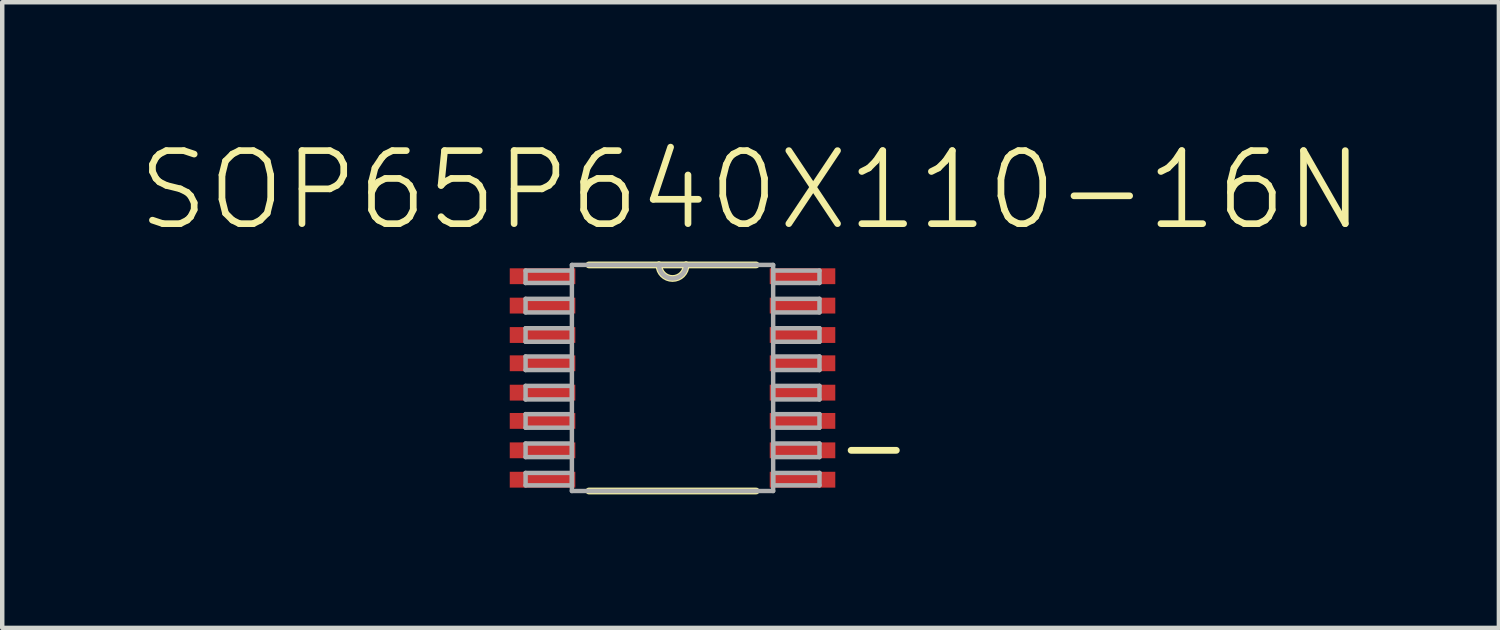
<source format=kicad_pcb>
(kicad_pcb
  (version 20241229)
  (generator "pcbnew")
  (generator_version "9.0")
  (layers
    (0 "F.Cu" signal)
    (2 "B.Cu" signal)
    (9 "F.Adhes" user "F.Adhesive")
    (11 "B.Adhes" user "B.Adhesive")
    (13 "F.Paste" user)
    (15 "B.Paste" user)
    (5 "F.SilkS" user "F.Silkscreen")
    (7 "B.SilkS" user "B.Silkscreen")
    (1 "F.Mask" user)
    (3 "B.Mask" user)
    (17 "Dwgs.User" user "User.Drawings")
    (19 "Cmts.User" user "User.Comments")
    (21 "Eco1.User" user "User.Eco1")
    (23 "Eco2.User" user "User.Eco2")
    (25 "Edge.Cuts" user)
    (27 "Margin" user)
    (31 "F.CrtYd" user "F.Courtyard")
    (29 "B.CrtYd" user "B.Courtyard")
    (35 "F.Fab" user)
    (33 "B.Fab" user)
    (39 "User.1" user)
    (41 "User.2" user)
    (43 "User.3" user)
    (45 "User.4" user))
  (footprint "SOP65P640X110-16N"
    (layer "F.Cu")
    (at 12.062 5.443)
    (property "Reference" "SOP65P640X110-16N" (at 1.754 -4.219 0) (layer "F.SilkS") (effects (font (size 1.641 1.641) (thickness 0.15))))
    (attr through_hole)
    (fp_line (start -1.88 2.54) (end 1.88 2.54) (stroke (width 0.152) (type solid)) (layer "F.SilkS"))
    (fp_line (start -0.305 -2.54) (end -1.88 -2.54) (stroke (width 0.152) (type solid)) (layer "F.SilkS"))
    (fp_line (start 0.305 -2.54) (end -0.305 -2.54) (stroke (width 0.152) (type solid)) (layer "F.SilkS"))
    (fp_line (start 1.88 -2.54) (end 0.305 -2.54) (stroke (width 0.152) (type solid)) (layer "F.SilkS"))
    (fp_line (start 5.029 1.626) (end 4.013 1.626) (stroke (width 0.152) (type solid)) (layer "F.SilkS"))
    (fp_arc (start 0.3048 -2.54) (mid 0 -2.2352) (end -0.3048 -2.54) (stroke (width 0.1524) (type solid)) (layer "F.SilkS"))
    (fp_line (start -3.302 -2.413) (end -3.302 -2.134) (stroke (width 0.1) (type solid)) (layer "F.Fab"))
    (fp_line (start -3.302 -2.134) (end -2.261 -2.134) (stroke (width 0.1) (type solid)) (layer "F.Fab"))
    (fp_line (start -3.302 -1.778) (end -3.302 -1.473) (stroke (width 0.1) (type solid)) (layer "F.Fab"))
    (fp_line (start -3.302 -1.473) (end -2.261 -1.473) (stroke (width 0.1) (type solid)) (layer "F.Fab"))
    (fp_line (start -3.302 -1.118) (end -3.302 -0.813) (stroke (width 0.1) (type solid)) (layer "F.Fab"))
    (fp_line (start -3.302 -0.813) (end -2.261 -0.813) (stroke (width 0.1) (type solid)) (layer "F.Fab"))
    (fp_line (start -3.302 -0.483) (end -3.302 -0.178) (stroke (width 0.1) (type solid)) (layer "F.Fab"))
    (fp_line (start -3.302 -0.178) (end -2.261 -0.178) (stroke (width 0.1) (type solid)) (layer "F.Fab"))
    (fp_line (start -3.302 0.178) (end -3.302 0.483) (stroke (width 0.1) (type solid)) (layer "F.Fab"))
    (fp_line (start -3.302 0.483) (end -2.261 0.483) (stroke (width 0.1) (type solid)) (layer "F.Fab"))
    (fp_line (start -3.302 0.813) (end -3.302 1.118) (stroke (width 0.1) (type solid)) (layer "F.Fab"))
    (fp_line (start -3.302 1.118) (end -2.261 1.118) (stroke (width 0.1) (type solid)) (layer "F.Fab"))
    (fp_line (start -3.302 1.473) (end -3.302 1.778) (stroke (width 0.1) (type solid)) (layer "F.Fab"))
    (fp_line (start -3.302 1.778) (end -2.261 1.778) (stroke (width 0.1) (type solid)) (layer "F.Fab"))
    (fp_line (start -3.302 2.134) (end -3.302 2.413) (stroke (width 0.1) (type solid)) (layer "F.Fab"))
    (fp_line (start -3.302 2.413) (end -2.261 2.413) (stroke (width 0.1) (type solid)) (layer "F.Fab"))
    (fp_line (start -2.261 -2.54) (end -2.261 2.54) (stroke (width 0.1) (type solid)) (layer "F.Fab"))
    (fp_line (start -2.261 -2.413) (end -3.302 -2.413) (stroke (width 0.1) (type solid)) (layer "F.Fab"))
    (fp_line (start -2.261 -2.134) (end -2.261 -2.413) (stroke (width 0.1) (type solid)) (layer "F.Fab"))
    (fp_line (start -2.261 -1.778) (end -3.302 -1.778) (stroke (width 0.1) (type solid)) (layer "F.Fab"))
    (fp_line (start -2.261 -1.473) (end -2.261 -1.778) (stroke (width 0.1) (type solid)) (layer "F.Fab"))
    (fp_line (start -2.261 -1.118) (end -3.302 -1.118) (stroke (width 0.1) (type solid)) (layer "F.Fab"))
    (fp_line (start -2.261 -0.813) (end -2.261 -1.118) (stroke (width 0.1) (type solid)) (layer "F.Fab"))
    (fp_line (start -2.261 -0.483) (end -3.302 -0.483) (stroke (width 0.1) (type solid)) (layer "F.Fab"))
    (fp_line (start -2.261 -0.178) (end -2.261 -0.483) (stroke (width 0.1) (type solid)) (layer "F.Fab"))
    (fp_line (start -2.261 0.178) (end -3.302 0.178) (stroke (width 0.1) (type solid)) (layer "F.Fab"))
    (fp_line (start -2.261 0.483) (end -2.261 0.178) (stroke (width 0.1) (type solid)) (layer "F.Fab"))
    (fp_line (start -2.261 0.813) (end -3.302 0.813) (stroke (width 0.1) (type solid)) (layer "F.Fab"))
    (fp_line (start -2.261 1.118) (end -2.261 0.813) (stroke (width 0.1) (type solid)) (layer "F.Fab"))
    (fp_line (start -2.261 1.473) (end -3.302 1.473) (stroke (width 0.1) (type solid)) (layer "F.Fab"))
    (fp_line (start -2.261 1.778) (end -2.261 1.473) (stroke (width 0.1) (type solid)) (layer "F.Fab"))
    (fp_line (start -2.261 2.134) (end -3.302 2.134) (stroke (width 0.1) (type solid)) (layer "F.Fab"))
    (fp_line (start -2.261 2.413) (end -2.261 2.134) (stroke (width 0.1) (type solid)) (layer "F.Fab"))
    (fp_line (start -2.261 2.54) (end 2.261 2.54) (stroke (width 0.1) (type solid)) (layer "F.Fab"))
    (fp_line (start -0.305 -2.54) (end -2.261 -2.54) (stroke (width 0.1) (type solid)) (layer "F.Fab"))
    (fp_line (start 0.305 -2.54) (end -0.305 -2.54) (stroke (width 0.1) (type solid)) (layer "F.Fab"))
    (fp_line (start 2.261 -2.54) (end 0.305 -2.54) (stroke (width 0.1) (type solid)) (layer "F.Fab"))
    (fp_line (start 2.261 -2.413) (end 2.261 -2.134) (stroke (width 0.1) (type solid)) (layer "F.Fab"))
    (fp_line (start 2.261 -2.134) (end 3.302 -2.134) (stroke (width 0.1) (type solid)) (layer "F.Fab"))
    (fp_line (start 2.261 -1.778) (end 2.261 -1.473) (stroke (width 0.1) (type solid)) (layer "F.Fab"))
    (fp_line (start 2.261 -1.473) (end 3.302 -1.473) (stroke (width 0.1) (type solid)) (layer "F.Fab"))
    (fp_line (start 2.261 -1.118) (end 2.261 -0.813) (stroke (width 0.1) (type solid)) (layer "F.Fab"))
    (fp_line (start 2.261 -0.813) (end 3.302 -0.813) (stroke (width 0.1) (type solid)) (layer "F.Fab"))
    (fp_line (start 2.261 -0.483) (end 2.261 -0.178) (stroke (width 0.1) (type solid)) (layer "F.Fab"))
    (fp_line (start 2.261 -0.178) (end 3.302 -0.178) (stroke (width 0.1) (type solid)) (layer "F.Fab"))
    (fp_line (start 2.261 0.178) (end 2.261 0.483) (stroke (width 0.1) (type solid)) (layer "F.Fab"))
    (fp_line (start 2.261 0.483) (end 3.302 0.483) (stroke (width 0.1) (type solid)) (layer "F.Fab"))
    (fp_line (start 2.261 0.813) (end 2.261 1.118) (stroke (width 0.1) (type solid)) (layer "F.Fab"))
    (fp_line (start 2.261 1.118) (end 3.302 1.118) (stroke (width 0.1) (type solid)) (layer "F.Fab"))
    (fp_line (start 2.261 1.473) (end 2.261 1.778) (stroke (width 0.1) (type solid)) (layer "F.Fab"))
    (fp_line (start 2.261 1.778) (end 3.302 1.778) (stroke (width 0.1) (type solid)) (layer "F.Fab"))
    (fp_line (start 2.261 2.134) (end 2.261 2.413) (stroke (width 0.1) (type solid)) (layer "F.Fab"))
    (fp_line (start 2.261 2.413) (end 3.302 2.413) (stroke (width 0.1) (type solid)) (layer "F.Fab"))
    (fp_line (start 2.261 2.54) (end 2.261 -2.54) (stroke (width 0.1) (type solid)) (layer "F.Fab"))
    (fp_line (start 3.302 -2.413) (end 2.261 -2.413) (stroke (width 0.1) (type solid)) (layer "F.Fab"))
    (fp_line (start 3.302 -2.134) (end 3.302 -2.413) (stroke (width 0.1) (type solid)) (layer "F.Fab"))
    (fp_line (start 3.302 -1.778) (end 2.261 -1.778) (stroke (width 0.1) (type solid)) (layer "F.Fab"))
    (fp_line (start 3.302 -1.473) (end 3.302 -1.778) (stroke (width 0.1) (type solid)) (layer "F.Fab"))
    (fp_line (start 3.302 -1.118) (end 2.261 -1.118) (stroke (width 0.1) (type solid)) (layer "F.Fab"))
    (fp_line (start 3.302 -0.813) (end 3.302 -1.118) (stroke (width 0.1) (type solid)) (layer "F.Fab"))
    (fp_line (start 3.302 -0.483) (end 2.261 -0.483) (stroke (width 0.1) (type solid)) (layer "F.Fab"))
    (fp_line (start 3.302 -0.178) (end 3.302 -0.483) (stroke (width 0.1) (type solid)) (layer "F.Fab"))
    (fp_line (start 3.302 0.178) (end 2.261 0.178) (stroke (width 0.1) (type solid)) (layer "F.Fab"))
    (fp_line (start 3.302 0.483) (end 3.302 0.178) (stroke (width 0.1) (type solid)) (layer "F.Fab"))
    (fp_line (start 3.302 0.813) (end 2.261 0.813) (stroke (width 0.1) (type solid)) (layer "F.Fab"))
    (fp_line (start 3.302 1.118) (end 3.302 0.813) (stroke (width 0.1) (type solid)) (layer "F.Fab"))
    (fp_line (start 3.302 1.473) (end 2.261 1.473) (stroke (width 0.1) (type solid)) (layer "F.Fab"))
    (fp_line (start 3.302 1.778) (end 3.302 1.473) (stroke (width 0.1) (type solid)) (layer "F.Fab"))
    (fp_line (start 3.302 2.134) (end 2.261 2.134) (stroke (width 0.1) (type solid)) (layer "F.Fab"))
    (fp_line (start 3.302 2.413) (end 3.302 2.134) (stroke (width 0.1) (type solid)) (layer "F.Fab"))
    (fp_arc (start 0.3048 -2.54) (mid 0 -2.2352) (end -0.3048 -2.54) (stroke (width 0.1) (type solid)) (layer "F.Fab"))
    (pad "1" smd rect (at -2.921 -2.286) (size 1.473 0.356) (layers "F.Cu" "F.Mask" "F.Paste"))
    (pad "2" smd rect (at -2.921 -1.626) (size 1.473 0.356) (layers "F.Cu" "F.Mask" "F.Paste"))
    (pad "3" smd rect (at -2.921 -0.965) (size 1.473 0.356) (layers "F.Cu" "F.Mask" "F.Paste"))
    (pad "4" smd rect (at -2.921 -0.33) (size 1.473 0.356) (layers "F.Cu" "F.Mask" "F.Paste"))
    (pad "5" smd rect (at -2.921 0.33) (size 1.473 0.356) (layers "F.Cu" "F.Mask" "F.Paste"))
    (pad "6" smd rect (at -2.921 0.965) (size 1.473 0.356) (layers "F.Cu" "F.Mask" "F.Paste"))
    (pad "7" smd rect (at -2.921 1.626) (size 1.473 0.356) (layers "F.Cu" "F.Mask" "F.Paste"))
    (pad "8" smd rect (at -2.921 2.286) (size 1.473 0.356) (layers "F.Cu" "F.Mask" "F.Paste"))
    (pad "9" smd rect (at 2.921 2.286) (size 1.473 0.356) (layers "F.Cu" "F.Mask" "F.Paste"))
    (pad "10" smd rect (at 2.921 1.626) (size 1.473 0.356) (layers "F.Cu" "F.Mask" "F.Paste"))
    (pad "11" smd rect (at 2.921 0.965) (size 1.473 0.356) (layers "F.Cu" "F.Mask" "F.Paste"))
    (pad "12" smd rect (at 2.921 0.33) (size 1.473 0.356) (layers "F.Cu" "F.Mask" "F.Paste"))
    (pad "13" smd rect (at 2.921 -0.33) (size 1.473 0.356) (layers "F.Cu" "F.Mask" "F.Paste"))
    (pad "14" smd rect (at 2.921 -0.965) (size 1.473 0.356) (layers "F.Cu" "F.Mask" "F.Paste"))
    (pad "15" smd rect (at 2.921 -1.626) (size 1.473 0.356) (layers "F.Cu" "F.Mask" "F.Paste"))
    (pad "16" smd rect (at 2.921 -2.286) (size 1.473 0.356) (layers "F.Cu" "F.Mask" "F.Paste")))
  (gr_rect
    (start -3 -3)
    (end 30.631 11.059)
    (stroke (width 0.1) (type default))
    (fill no)
    (layer "Edge.Cuts")))
</source>
